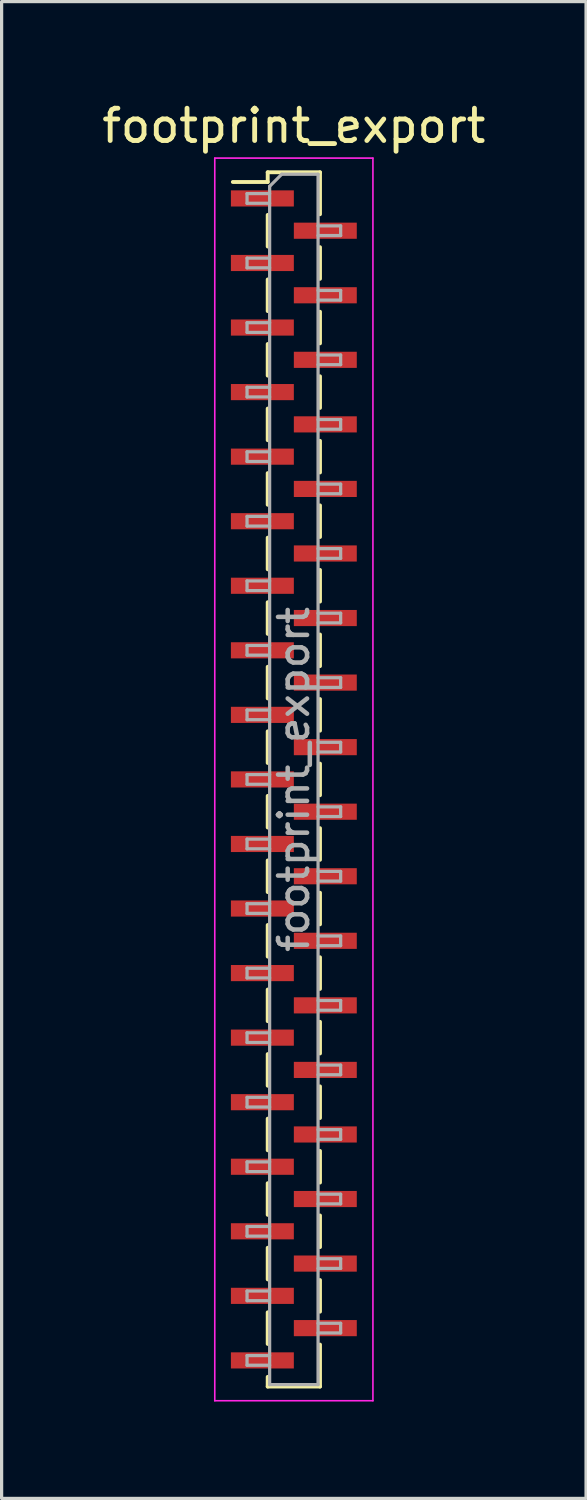
<source format=kicad_pcb>
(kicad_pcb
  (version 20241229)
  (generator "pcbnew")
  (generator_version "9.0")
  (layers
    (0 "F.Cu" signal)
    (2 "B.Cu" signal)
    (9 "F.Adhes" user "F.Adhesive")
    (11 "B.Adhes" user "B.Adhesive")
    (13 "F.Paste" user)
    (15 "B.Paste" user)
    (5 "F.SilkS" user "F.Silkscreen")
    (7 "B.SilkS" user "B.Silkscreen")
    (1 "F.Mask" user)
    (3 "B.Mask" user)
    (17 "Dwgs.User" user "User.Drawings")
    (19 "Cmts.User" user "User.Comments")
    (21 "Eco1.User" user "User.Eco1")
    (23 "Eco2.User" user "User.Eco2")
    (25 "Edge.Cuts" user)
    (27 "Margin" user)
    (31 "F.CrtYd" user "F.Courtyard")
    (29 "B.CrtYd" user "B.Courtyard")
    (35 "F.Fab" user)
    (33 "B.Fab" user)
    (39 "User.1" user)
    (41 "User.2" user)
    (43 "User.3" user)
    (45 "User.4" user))
  (footprint "footprint_export"
    (layer "F.Cu")
    (at 6.054 21.098)
    (property "Reference" "footprint_export" (at 0 -20.25 0) (layer "F.SilkS") (effects (font (size 1 1) (thickness 0.15))))
    (attr smd)
    (fp_line (start -1.89 -18.51) (end -0.81 -18.51) (stroke (width 0.12) (type solid)) (layer "F.SilkS"))
    (fp_line (start -0.81 -18.81) (end -0.81 -18.51) (stroke (width 0.12) (type solid)) (layer "F.SilkS"))
    (fp_line (start -0.81 -18.81) (end 0.81 -18.81) (stroke (width 0.12) (type solid)) (layer "F.SilkS"))
    (fp_line (start -0.81 -17.49) (end -0.81 -16.51) (stroke (width 0.12) (type solid)) (layer "F.SilkS"))
    (fp_line (start -0.81 -15.49) (end -0.81 -14.51) (stroke (width 0.12) (type solid)) (layer "F.SilkS"))
    (fp_line (start -0.81 -13.49) (end -0.81 -12.51) (stroke (width 0.12) (type solid)) (layer "F.SilkS"))
    (fp_line (start -0.81 -11.49) (end -0.81 -10.51) (stroke (width 0.12) (type solid)) (layer "F.SilkS"))
    (fp_line (start -0.81 -9.49) (end -0.81 -8.51) (stroke (width 0.12) (type solid)) (layer "F.SilkS"))
    (fp_line (start -0.81 -7.49) (end -0.81 -6.51) (stroke (width 0.12) (type solid)) (layer "F.SilkS"))
    (fp_line (start -0.81 -5.49) (end -0.81 -4.51) (stroke (width 0.12) (type solid)) (layer "F.SilkS"))
    (fp_line (start -0.81 -3.49) (end -0.81 -2.51) (stroke (width 0.12) (type solid)) (layer "F.SilkS"))
    (fp_line (start -0.81 -1.49) (end -0.81 -0.51) (stroke (width 0.12) (type solid)) (layer "F.SilkS"))
    (fp_line (start -0.81 0.51) (end -0.81 1.49) (stroke (width 0.12) (type solid)) (layer "F.SilkS"))
    (fp_line (start -0.81 2.51) (end -0.81 3.49) (stroke (width 0.12) (type solid)) (layer "F.SilkS"))
    (fp_line (start -0.81 4.51) (end -0.81 5.49) (stroke (width 0.12) (type solid)) (layer "F.SilkS"))
    (fp_line (start -0.81 6.51) (end -0.81 7.49) (stroke (width 0.12) (type solid)) (layer "F.SilkS"))
    (fp_line (start -0.81 8.51) (end -0.81 9.49) (stroke (width 0.12) (type solid)) (layer "F.SilkS"))
    (fp_line (start -0.81 10.51) (end -0.81 11.49) (stroke (width 0.12) (type solid)) (layer "F.SilkS"))
    (fp_line (start -0.81 12.51) (end -0.81 13.49) (stroke (width 0.12) (type solid)) (layer "F.SilkS"))
    (fp_line (start -0.81 14.51) (end -0.81 15.49) (stroke (width 0.12) (type solid)) (layer "F.SilkS"))
    (fp_line (start -0.81 16.51) (end -0.81 17.49) (stroke (width 0.12) (type solid)) (layer "F.SilkS"))
    (fp_line (start -0.81 18.51) (end -0.81 18.81) (stroke (width 0.12) (type solid)) (layer "F.SilkS"))
    (fp_line (start -0.81 18.81) (end 0.81 18.81) (stroke (width 0.12) (type solid)) (layer "F.SilkS"))
    (fp_line (start 0.81 -18.81) (end 0.81 -17.51) (stroke (width 0.12) (type solid)) (layer "F.SilkS"))
    (fp_line (start 0.81 -16.49) (end 0.81 -15.51) (stroke (width 0.12) (type solid)) (layer "F.SilkS"))
    (fp_line (start 0.81 -14.49) (end 0.81 -13.51) (stroke (width 0.12) (type solid)) (layer "F.SilkS"))
    (fp_line (start 0.81 -12.49) (end 0.81 -11.51) (stroke (width 0.12) (type solid)) (layer "F.SilkS"))
    (fp_line (start 0.81 -10.49) (end 0.81 -9.51) (stroke (width 0.12) (type solid)) (layer "F.SilkS"))
    (fp_line (start 0.81 -8.49) (end 0.81 -7.51) (stroke (width 0.12) (type solid)) (layer "F.SilkS"))
    (fp_line (start 0.81 -6.49) (end 0.81 -5.51) (stroke (width 0.12) (type solid)) (layer "F.SilkS"))
    (fp_line (start 0.81 -4.49) (end 0.81 -3.51) (stroke (width 0.12) (type solid)) (layer "F.SilkS"))
    (fp_line (start 0.81 -2.49) (end 0.81 -1.51) (stroke (width 0.12) (type solid)) (layer "F.SilkS"))
    (fp_line (start 0.81 -0.49) (end 0.81 0.49) (stroke (width 0.12) (type solid)) (layer "F.SilkS"))
    (fp_line (start 0.81 1.51) (end 0.81 2.49) (stroke (width 0.12) (type solid)) (layer "F.SilkS"))
    (fp_line (start 0.81 3.51) (end 0.81 4.49) (stroke (width 0.12) (type solid)) (layer "F.SilkS"))
    (fp_line (start 0.81 5.51) (end 0.81 6.49) (stroke (width 0.12) (type solid)) (layer "F.SilkS"))
    (fp_line (start 0.81 7.51) (end 0.81 8.49) (stroke (width 0.12) (type solid)) (layer "F.SilkS"))
    (fp_line (start 0.81 9.51) (end 0.81 10.49) (stroke (width 0.12) (type solid)) (layer "F.SilkS"))
    (fp_line (start 0.81 11.51) (end 0.81 12.49) (stroke (width 0.12) (type solid)) (layer "F.SilkS"))
    (fp_line (start 0.81 13.51) (end 0.81 14.49) (stroke (width 0.12) (type solid)) (layer "F.SilkS"))
    (fp_line (start 0.81 15.51) (end 0.81 16.49) (stroke (width 0.12) (type solid)) (layer "F.SilkS"))
    (fp_line (start 0.81 17.51) (end 0.81 18.81) (stroke (width 0.12) (type solid)) (layer "F.SilkS"))
    (fp_line (start -2.45 -19.25) (end 2.45 -19.25) (stroke (width 0.05) (type solid)) (layer "F.CrtYd"))
    (fp_line (start -2.45 19.25) (end -2.45 -19.25) (stroke (width 0.05) (type solid)) (layer "F.CrtYd"))
    (fp_line (start 2.45 -19.25) (end 2.45 19.25) (stroke (width 0.05) (type solid)) (layer "F.CrtYd"))
    (fp_line (start 2.45 19.25) (end -2.45 19.25) (stroke (width 0.05) (type solid)) (layer "F.CrtYd"))
    (fp_line (start -1.45 -18.15) (end -0.75 -18.15) (stroke (width 0.1) (type solid)) (layer "F.Fab"))
    (fp_line (start -1.45 -17.85) (end -1.45 -18.15) (stroke (width 0.1) (type solid)) (layer "F.Fab"))
    (fp_line (start -1.45 -16.15) (end -0.75 -16.15) (stroke (width 0.1) (type solid)) (layer "F.Fab"))
    (fp_line (start -1.45 -15.85) (end -1.45 -16.15) (stroke (width 0.1) (type solid)) (layer "F.Fab"))
    (fp_line (start -1.45 -14.15) (end -0.75 -14.15) (stroke (width 0.1) (type solid)) (layer "F.Fab"))
    (fp_line (start -1.45 -13.85) (end -1.45 -14.15) (stroke (width 0.1) (type solid)) (layer "F.Fab"))
    (fp_line (start -1.45 -12.15) (end -0.75 -12.15) (stroke (width 0.1) (type solid)) (layer "F.Fab"))
    (fp_line (start -1.45 -11.85) (end -1.45 -12.15) (stroke (width 0.1) (type solid)) (layer "F.Fab"))
    (fp_line (start -1.45 -10.15) (end -0.75 -10.15) (stroke (width 0.1) (type solid)) (layer "F.Fab"))
    (fp_line (start -1.45 -9.85) (end -1.45 -10.15) (stroke (width 0.1) (type solid)) (layer "F.Fab"))
    (fp_line (start -1.45 -8.15) (end -0.75 -8.15) (stroke (width 0.1) (type solid)) (layer "F.Fab"))
    (fp_line (start -1.45 -7.85) (end -1.45 -8.15) (stroke (width 0.1) (type solid)) (layer "F.Fab"))
    (fp_line (start -1.45 -6.15) (end -0.75 -6.15) (stroke (width 0.1) (type solid)) (layer "F.Fab"))
    (fp_line (start -1.45 -5.85) (end -1.45 -6.15) (stroke (width 0.1) (type solid)) (layer "F.Fab"))
    (fp_line (start -1.45 -4.15) (end -0.75 -4.15) (stroke (width 0.1) (type solid)) (layer "F.Fab"))
    (fp_line (start -1.45 -3.85) (end -1.45 -4.15) (stroke (width 0.1) (type solid)) (layer "F.Fab"))
    (fp_line (start -1.45 -2.15) (end -0.75 -2.15) (stroke (width 0.1) (type solid)) (layer "F.Fab"))
    (fp_line (start -1.45 -1.85) (end -1.45 -2.15) (stroke (width 0.1) (type solid)) (layer "F.Fab"))
    (fp_line (start -1.45 -0.15) (end -0.75 -0.15) (stroke (width 0.1) (type solid)) (layer "F.Fab"))
    (fp_line (start -1.45 0.15) (end -1.45 -0.15) (stroke (width 0.1) (type solid)) (layer "F.Fab"))
    (fp_line (start -1.45 1.85) (end -0.75 1.85) (stroke (width 0.1) (type solid)) (layer "F.Fab"))
    (fp_line (start -1.45 2.15) (end -1.45 1.85) (stroke (width 0.1) (type solid)) (layer "F.Fab"))
    (fp_line (start -1.45 3.85) (end -0.75 3.85) (stroke (width 0.1) (type solid)) (layer "F.Fab"))
    (fp_line (start -1.45 4.15) (end -1.45 3.85) (stroke (width 0.1) (type solid)) (layer "F.Fab"))
    (fp_line (start -1.45 5.85) (end -0.75 5.85) (stroke (width 0.1) (type solid)) (layer "F.Fab"))
    (fp_line (start -1.45 6.15) (end -1.45 5.85) (stroke (width 0.1) (type solid)) (layer "F.Fab"))
    (fp_line (start -1.45 7.85) (end -0.75 7.85) (stroke (width 0.1) (type solid)) (layer "F.Fab"))
    (fp_line (start -1.45 8.15) (end -1.45 7.85) (stroke (width 0.1) (type solid)) (layer "F.Fab"))
    (fp_line (start -1.45 9.85) (end -0.75 9.85) (stroke (width 0.1) (type solid)) (layer "F.Fab"))
    (fp_line (start -1.45 10.15) (end -1.45 9.85) (stroke (width 0.1) (type solid)) (layer "F.Fab"))
    (fp_line (start -1.45 11.85) (end -0.75 11.85) (stroke (width 0.1) (type solid)) (layer "F.Fab"))
    (fp_line (start -1.45 12.15) (end -1.45 11.85) (stroke (width 0.1) (type solid)) (layer "F.Fab"))
    (fp_line (start -1.45 13.85) (end -0.75 13.85) (stroke (width 0.1) (type solid)) (layer "F.Fab"))
    (fp_line (start -1.45 14.15) (end -1.45 13.85) (stroke (width 0.1) (type solid)) (layer "F.Fab"))
    (fp_line (start -1.45 15.85) (end -0.75 15.85) (stroke (width 0.1) (type solid)) (layer "F.Fab"))
    (fp_line (start -1.45 16.15) (end -1.45 15.85) (stroke (width 0.1) (type solid)) (layer "F.Fab"))
    (fp_line (start -1.45 17.85) (end -0.75 17.85) (stroke (width 0.1) (type solid)) (layer "F.Fab"))
    (fp_line (start -1.45 18.15) (end -1.45 17.85) (stroke (width 0.1) (type solid)) (layer "F.Fab"))
    (fp_line (start -0.75 -18.375) (end -0.375 -18.75) (stroke (width 0.1) (type solid)) (layer "F.Fab"))
    (fp_line (start -0.75 -17.85) (end -1.45 -17.85) (stroke (width 0.1) (type solid)) (layer "F.Fab"))
    (fp_line (start -0.75 -15.85) (end -1.45 -15.85) (stroke (width 0.1) (type solid)) (layer "F.Fab"))
    (fp_line (start -0.75 -13.85) (end -1.45 -13.85) (stroke (width 0.1) (type solid)) (layer "F.Fab"))
    (fp_line (start -0.75 -11.85) (end -1.45 -11.85) (stroke (width 0.1) (type solid)) (layer "F.Fab"))
    (fp_line (start -0.75 -9.85) (end -1.45 -9.85) (stroke (width 0.1) (type solid)) (layer "F.Fab"))
    (fp_line (start -0.75 -7.85) (end -1.45 -7.85) (stroke (width 0.1) (type solid)) (layer "F.Fab"))
    (fp_line (start -0.75 -5.85) (end -1.45 -5.85) (stroke (width 0.1) (type solid)) (layer "F.Fab"))
    (fp_line (start -0.75 -3.85) (end -1.45 -3.85) (stroke (width 0.1) (type solid)) (layer "F.Fab"))
    (fp_line (start -0.75 -1.85) (end -1.45 -1.85) (stroke (width 0.1) (type solid)) (layer "F.Fab"))
    (fp_line (start -0.75 0.15) (end -1.45 0.15) (stroke (width 0.1) (type solid)) (layer "F.Fab"))
    (fp_line (start -0.75 2.15) (end -1.45 2.15) (stroke (width 0.1) (type solid)) (layer "F.Fab"))
    (fp_line (start -0.75 4.15) (end -1.45 4.15) (stroke (width 0.1) (type solid)) (layer "F.Fab"))
    (fp_line (start -0.75 6.15) (end -1.45 6.15) (stroke (width 0.1) (type solid)) (layer "F.Fab"))
    (fp_line (start -0.75 8.15) (end -1.45 8.15) (stroke (width 0.1) (type solid)) (layer "F.Fab"))
    (fp_line (start -0.75 10.15) (end -1.45 10.15) (stroke (width 0.1) (type solid)) (layer "F.Fab"))
    (fp_line (start -0.75 12.15) (end -1.45 12.15) (stroke (width 0.1) (type solid)) (layer "F.Fab"))
    (fp_line (start -0.75 14.15) (end -1.45 14.15) (stroke (width 0.1) (type solid)) (layer "F.Fab"))
    (fp_line (start -0.75 16.15) (end -1.45 16.15) (stroke (width 0.1) (type solid)) (layer "F.Fab"))
    (fp_line (start -0.75 18.15) (end -1.45 18.15) (stroke (width 0.1) (type solid)) (layer "F.Fab"))
    (fp_line (start -0.75 18.75) (end -0.75 -18.375) (stroke (width 0.1) (type solid)) (layer "F.Fab"))
    (fp_line (start -0.375 -18.75) (end 0.75 -18.75) (stroke (width 0.1) (type solid)) (layer "F.Fab"))
    (fp_line (start 0.75 -18.75) (end 0.75 18.75) (stroke (width 0.1) (type solid)) (layer "F.Fab"))
    (fp_line (start 0.75 -17.15) (end 1.45 -17.15) (stroke (width 0.1) (type solid)) (layer "F.Fab"))
    (fp_line (start 0.75 -15.15) (end 1.45 -15.15) (stroke (width 0.1) (type solid)) (layer "F.Fab"))
    (fp_line (start 0.75 -13.15) (end 1.45 -13.15) (stroke (width 0.1) (type solid)) (layer "F.Fab"))
    (fp_line (start 0.75 -11.15) (end 1.45 -11.15) (stroke (width 0.1) (type solid)) (layer "F.Fab"))
    (fp_line (start 0.75 -9.15) (end 1.45 -9.15) (stroke (width 0.1) (type solid)) (layer "F.Fab"))
    (fp_line (start 0.75 -7.15) (end 1.45 -7.15) (stroke (width 0.1) (type solid)) (layer "F.Fab"))
    (fp_line (start 0.75 -5.15) (end 1.45 -5.15) (stroke (width 0.1) (type solid)) (layer "F.Fab"))
    (fp_line (start 0.75 -3.15) (end 1.45 -3.15) (stroke (width 0.1) (type solid)) (layer "F.Fab"))
    (fp_line (start 0.75 -1.15) (end 1.45 -1.15) (stroke (width 0.1) (type solid)) (layer "F.Fab"))
    (fp_line (start 0.75 0.85) (end 1.45 0.85) (stroke (width 0.1) (type solid)) (layer "F.Fab"))
    (fp_line (start 0.75 2.85) (end 1.45 2.85) (stroke (width 0.1) (type solid)) (layer "F.Fab"))
    (fp_line (start 0.75 4.85) (end 1.45 4.85) (stroke (width 0.1) (type solid)) (layer "F.Fab"))
    (fp_line (start 0.75 6.85) (end 1.45 6.85) (stroke (width 0.1) (type solid)) (layer "F.Fab"))
    (fp_line (start 0.75 8.85) (end 1.45 8.85) (stroke (width 0.1) (type solid)) (layer "F.Fab"))
    (fp_line (start 0.75 10.85) (end 1.45 10.85) (stroke (width 0.1) (type solid)) (layer "F.Fab"))
    (fp_line (start 0.75 12.85) (end 1.45 12.85) (stroke (width 0.1) (type solid)) (layer "F.Fab"))
    (fp_line (start 0.75 14.85) (end 1.45 14.85) (stroke (width 0.1) (type solid)) (layer "F.Fab"))
    (fp_line (start 0.75 16.85) (end 1.45 16.85) (stroke (width 0.1) (type solid)) (layer "F.Fab"))
    (fp_line (start 0.75 18.75) (end -0.75 18.75) (stroke (width 0.1) (type solid)) (layer "F.Fab"))
    (fp_line (start 1.45 -17.15) (end 1.45 -16.85) (stroke (width 0.1) (type solid)) (layer "F.Fab"))
    (fp_line (start 1.45 -16.85) (end 0.75 -16.85) (stroke (width 0.1) (type solid)) (layer "F.Fab"))
    (fp_line (start 1.45 -15.15) (end 1.45 -14.85) (stroke (width 0.1) (type solid)) (layer "F.Fab"))
    (fp_line (start 1.45 -14.85) (end 0.75 -14.85) (stroke (width 0.1) (type solid)) (layer "F.Fab"))
    (fp_line (start 1.45 -13.15) (end 1.45 -12.85) (stroke (width 0.1) (type solid)) (layer "F.Fab"))
    (fp_line (start 1.45 -12.85) (end 0.75 -12.85) (stroke (width 0.1) (type solid)) (layer "F.Fab"))
    (fp_line (start 1.45 -11.15) (end 1.45 -10.85) (stroke (width 0.1) (type solid)) (layer "F.Fab"))
    (fp_line (start 1.45 -10.85) (end 0.75 -10.85) (stroke (width 0.1) (type solid)) (layer "F.Fab"))
    (fp_line (start 1.45 -9.15) (end 1.45 -8.85) (stroke (width 0.1) (type solid)) (layer "F.Fab"))
    (fp_line (start 1.45 -8.85) (end 0.75 -8.85) (stroke (width 0.1) (type solid)) (layer "F.Fab"))
    (fp_line (start 1.45 -7.15) (end 1.45 -6.85) (stroke (width 0.1) (type solid)) (layer "F.Fab"))
    (fp_line (start 1.45 -6.85) (end 0.75 -6.85) (stroke (width 0.1) (type solid)) (layer "F.Fab"))
    (fp_line (start 1.45 -5.15) (end 1.45 -4.85) (stroke (width 0.1) (type solid)) (layer "F.Fab"))
    (fp_line (start 1.45 -4.85) (end 0.75 -4.85) (stroke (width 0.1) (type solid)) (layer "F.Fab"))
    (fp_line (start 1.45 -3.15) (end 1.45 -2.85) (stroke (width 0.1) (type solid)) (layer "F.Fab"))
    (fp_line (start 1.45 -2.85) (end 0.75 -2.85) (stroke (width 0.1) (type solid)) (layer "F.Fab"))
    (fp_line (start 1.45 -1.15) (end 1.45 -0.85) (stroke (width 0.1) (type solid)) (layer "F.Fab"))
    (fp_line (start 1.45 -0.85) (end 0.75 -0.85) (stroke (width 0.1) (type solid)) (layer "F.Fab"))
    (fp_line (start 1.45 0.85) (end 1.45 1.15) (stroke (width 0.1) (type solid)) (layer "F.Fab"))
    (fp_line (start 1.45 1.15) (end 0.75 1.15) (stroke (width 0.1) (type solid)) (layer "F.Fab"))
    (fp_line (start 1.45 2.85) (end 1.45 3.15) (stroke (width 0.1) (type solid)) (layer "F.Fab"))
    (fp_line (start 1.45 3.15) (end 0.75 3.15) (stroke (width 0.1) (type solid)) (layer "F.Fab"))
    (fp_line (start 1.45 4.85) (end 1.45 5.15) (stroke (width 0.1) (type solid)) (layer "F.Fab"))
    (fp_line (start 1.45 5.15) (end 0.75 5.15) (stroke (width 0.1) (type solid)) (layer "F.Fab"))
    (fp_line (start 1.45 6.85) (end 1.45 7.15) (stroke (width 0.1) (type solid)) (layer "F.Fab"))
    (fp_line (start 1.45 7.15) (end 0.75 7.15) (stroke (width 0.1) (type solid)) (layer "F.Fab"))
    (fp_line (start 1.45 8.85) (end 1.45 9.15) (stroke (width 0.1) (type solid)) (layer "F.Fab"))
    (fp_line (start 1.45 9.15) (end 0.75 9.15) (stroke (width 0.1) (type solid)) (layer "F.Fab"))
    (fp_line (start 1.45 10.85) (end 1.45 11.15) (stroke (width 0.1) (type solid)) (layer "F.Fab"))
    (fp_line (start 1.45 11.15) (end 0.75 11.15) (stroke (width 0.1) (type solid)) (layer "F.Fab"))
    (fp_line (start 1.45 12.85) (end 1.45 13.15) (stroke (width 0.1) (type solid)) (layer "F.Fab"))
    (fp_line (start 1.45 13.15) (end 0.75 13.15) (stroke (width 0.1) (type solid)) (layer "F.Fab"))
    (fp_line (start 1.45 14.85) (end 1.45 15.15) (stroke (width 0.1) (type solid)) (layer "F.Fab"))
    (fp_line (start 1.45 15.15) (end 0.75 15.15) (stroke (width 0.1) (type solid)) (layer "F.Fab"))
    (fp_line (start 1.45 16.85) (end 1.45 17.15) (stroke (width 0.1) (type solid)) (layer "F.Fab"))
    (fp_line (start 1.45 17.15) (end 0.75 17.15) (stroke (width 0.1) (type solid)) (layer "F.Fab"))
    (fp_text user "${REFERENCE}" (at 0 0 90) (layer "F.Fab") (effects (font (size 0.9 0.9) (thickness 0.14))))
    (pad "1" smd rect (at -0.975 -18) (size 1.95 0.5) (layers "F.Cu" "F.Mask" "F.Paste"))
    (pad "2" smd rect (at 0.975 -17) (size 1.95 0.5) (layers "F.Cu" "F.Mask" "F.Paste"))
    (pad "3" smd rect (at -0.975 -16) (size 1.95 0.5) (layers "F.Cu" "F.Mask" "F.Paste"))
    (pad "4" smd rect (at 0.975 -15) (size 1.95 0.5) (layers "F.Cu" "F.Mask" "F.Paste"))
    (pad "5" smd rect (at -0.975 -14) (size 1.95 0.5) (layers "F.Cu" "F.Mask" "F.Paste"))
    (pad "6" smd rect (at 0.975 -13) (size 1.95 0.5) (layers "F.Cu" "F.Mask" "F.Paste"))
    (pad "7" smd rect (at -0.975 -12) (size 1.95 0.5) (layers "F.Cu" "F.Mask" "F.Paste"))
    (pad "8" smd rect (at 0.975 -11) (size 1.95 0.5) (layers "F.Cu" "F.Mask" "F.Paste"))
    (pad "9" smd rect (at -0.975 -10) (size 1.95 0.5) (layers "F.Cu" "F.Mask" "F.Paste"))
    (pad "10" smd rect (at 0.975 -9) (size 1.95 0.5) (layers "F.Cu" "F.Mask" "F.Paste"))
    (pad "11" smd rect (at -0.975 -8) (size 1.95 0.5) (layers "F.Cu" "F.Mask" "F.Paste"))
    (pad "12" smd rect (at 0.975 -7) (size 1.95 0.5) (layers "F.Cu" "F.Mask" "F.Paste"))
    (pad "13" smd rect (at -0.975 -6) (size 1.95 0.5) (layers "F.Cu" "F.Mask" "F.Paste"))
    (pad "14" smd rect (at 0.975 -5) (size 1.95 0.5) (layers "F.Cu" "F.Mask" "F.Paste"))
    (pad "15" smd rect (at -0.975 -4) (size 1.95 0.5) (layers "F.Cu" "F.Mask" "F.Paste"))
    (pad "16" smd rect (at 0.975 -3) (size 1.95 0.5) (layers "F.Cu" "F.Mask" "F.Paste"))
    (pad "17" smd rect (at -0.975 -2) (size 1.95 0.5) (layers "F.Cu" "F.Mask" "F.Paste"))
    (pad "18" smd rect (at 0.975 -1) (size 1.95 0.5) (layers "F.Cu" "F.Mask" "F.Paste"))
    (pad "19" smd rect (at -0.975 0) (size 1.95 0.5) (layers "F.Cu" "F.Mask" "F.Paste"))
    (pad "20" smd rect (at 0.975 1) (size 1.95 0.5) (layers "F.Cu" "F.Mask" "F.Paste"))
    (pad "21" smd rect (at -0.975 2) (size 1.95 0.5) (layers "F.Cu" "F.Mask" "F.Paste"))
    (pad "22" smd rect (at 0.975 3) (size 1.95 0.5) (layers "F.Cu" "F.Mask" "F.Paste"))
    (pad "23" smd rect (at -0.975 4) (size 1.95 0.5) (layers "F.Cu" "F.Mask" "F.Paste"))
    (pad "24" smd rect (at 0.975 5) (size 1.95 0.5) (layers "F.Cu" "F.Mask" "F.Paste"))
    (pad "25" smd rect (at -0.975 6) (size 1.95 0.5) (layers "F.Cu" "F.Mask" "F.Paste"))
    (pad "26" smd rect (at 0.975 7) (size 1.95 0.5) (layers "F.Cu" "F.Mask" "F.Paste"))
    (pad "27" smd rect (at -0.975 8) (size 1.95 0.5) (layers "F.Cu" "F.Mask" "F.Paste"))
    (pad "28" smd rect (at 0.975 9) (size 1.95 0.5) (layers "F.Cu" "F.Mask" "F.Paste"))
    (pad "29" smd rect (at -0.975 10) (size 1.95 0.5) (layers "F.Cu" "F.Mask" "F.Paste"))
    (pad "30" smd rect (at 0.975 11) (size 1.95 0.5) (layers "F.Cu" "F.Mask" "F.Paste"))
    (pad "31" smd rect (at -0.975 12) (size 1.95 0.5) (layers "F.Cu" "F.Mask" "F.Paste"))
    (pad "32" smd rect (at 0.975 13) (size 1.95 0.5) (layers "F.Cu" "F.Mask" "F.Paste"))
    (pad "33" smd rect (at -0.975 14) (size 1.95 0.5) (layers "F.Cu" "F.Mask" "F.Paste"))
    (pad "34" smd rect (at 0.975 15) (size 1.95 0.5) (layers "F.Cu" "F.Mask" "F.Paste"))
    (pad "35" smd rect (at -0.975 16) (size 1.95 0.5) (layers "F.Cu" "F.Mask" "F.Paste"))
    (pad "36" smd rect (at 0.975 17) (size 1.95 0.5) (layers "F.Cu" "F.Mask" "F.Paste"))
    (pad "37" smd rect (at -0.975 18) (size 1.95 0.5) (layers "F.Cu" "F.Mask" "F.Paste")))
  (gr_rect
    (start -3 -3)
    (end 15.107 43.373)
    (stroke (width 0.1) (type default))
    (fill no)
    (layer "Edge.Cuts")))
</source>
